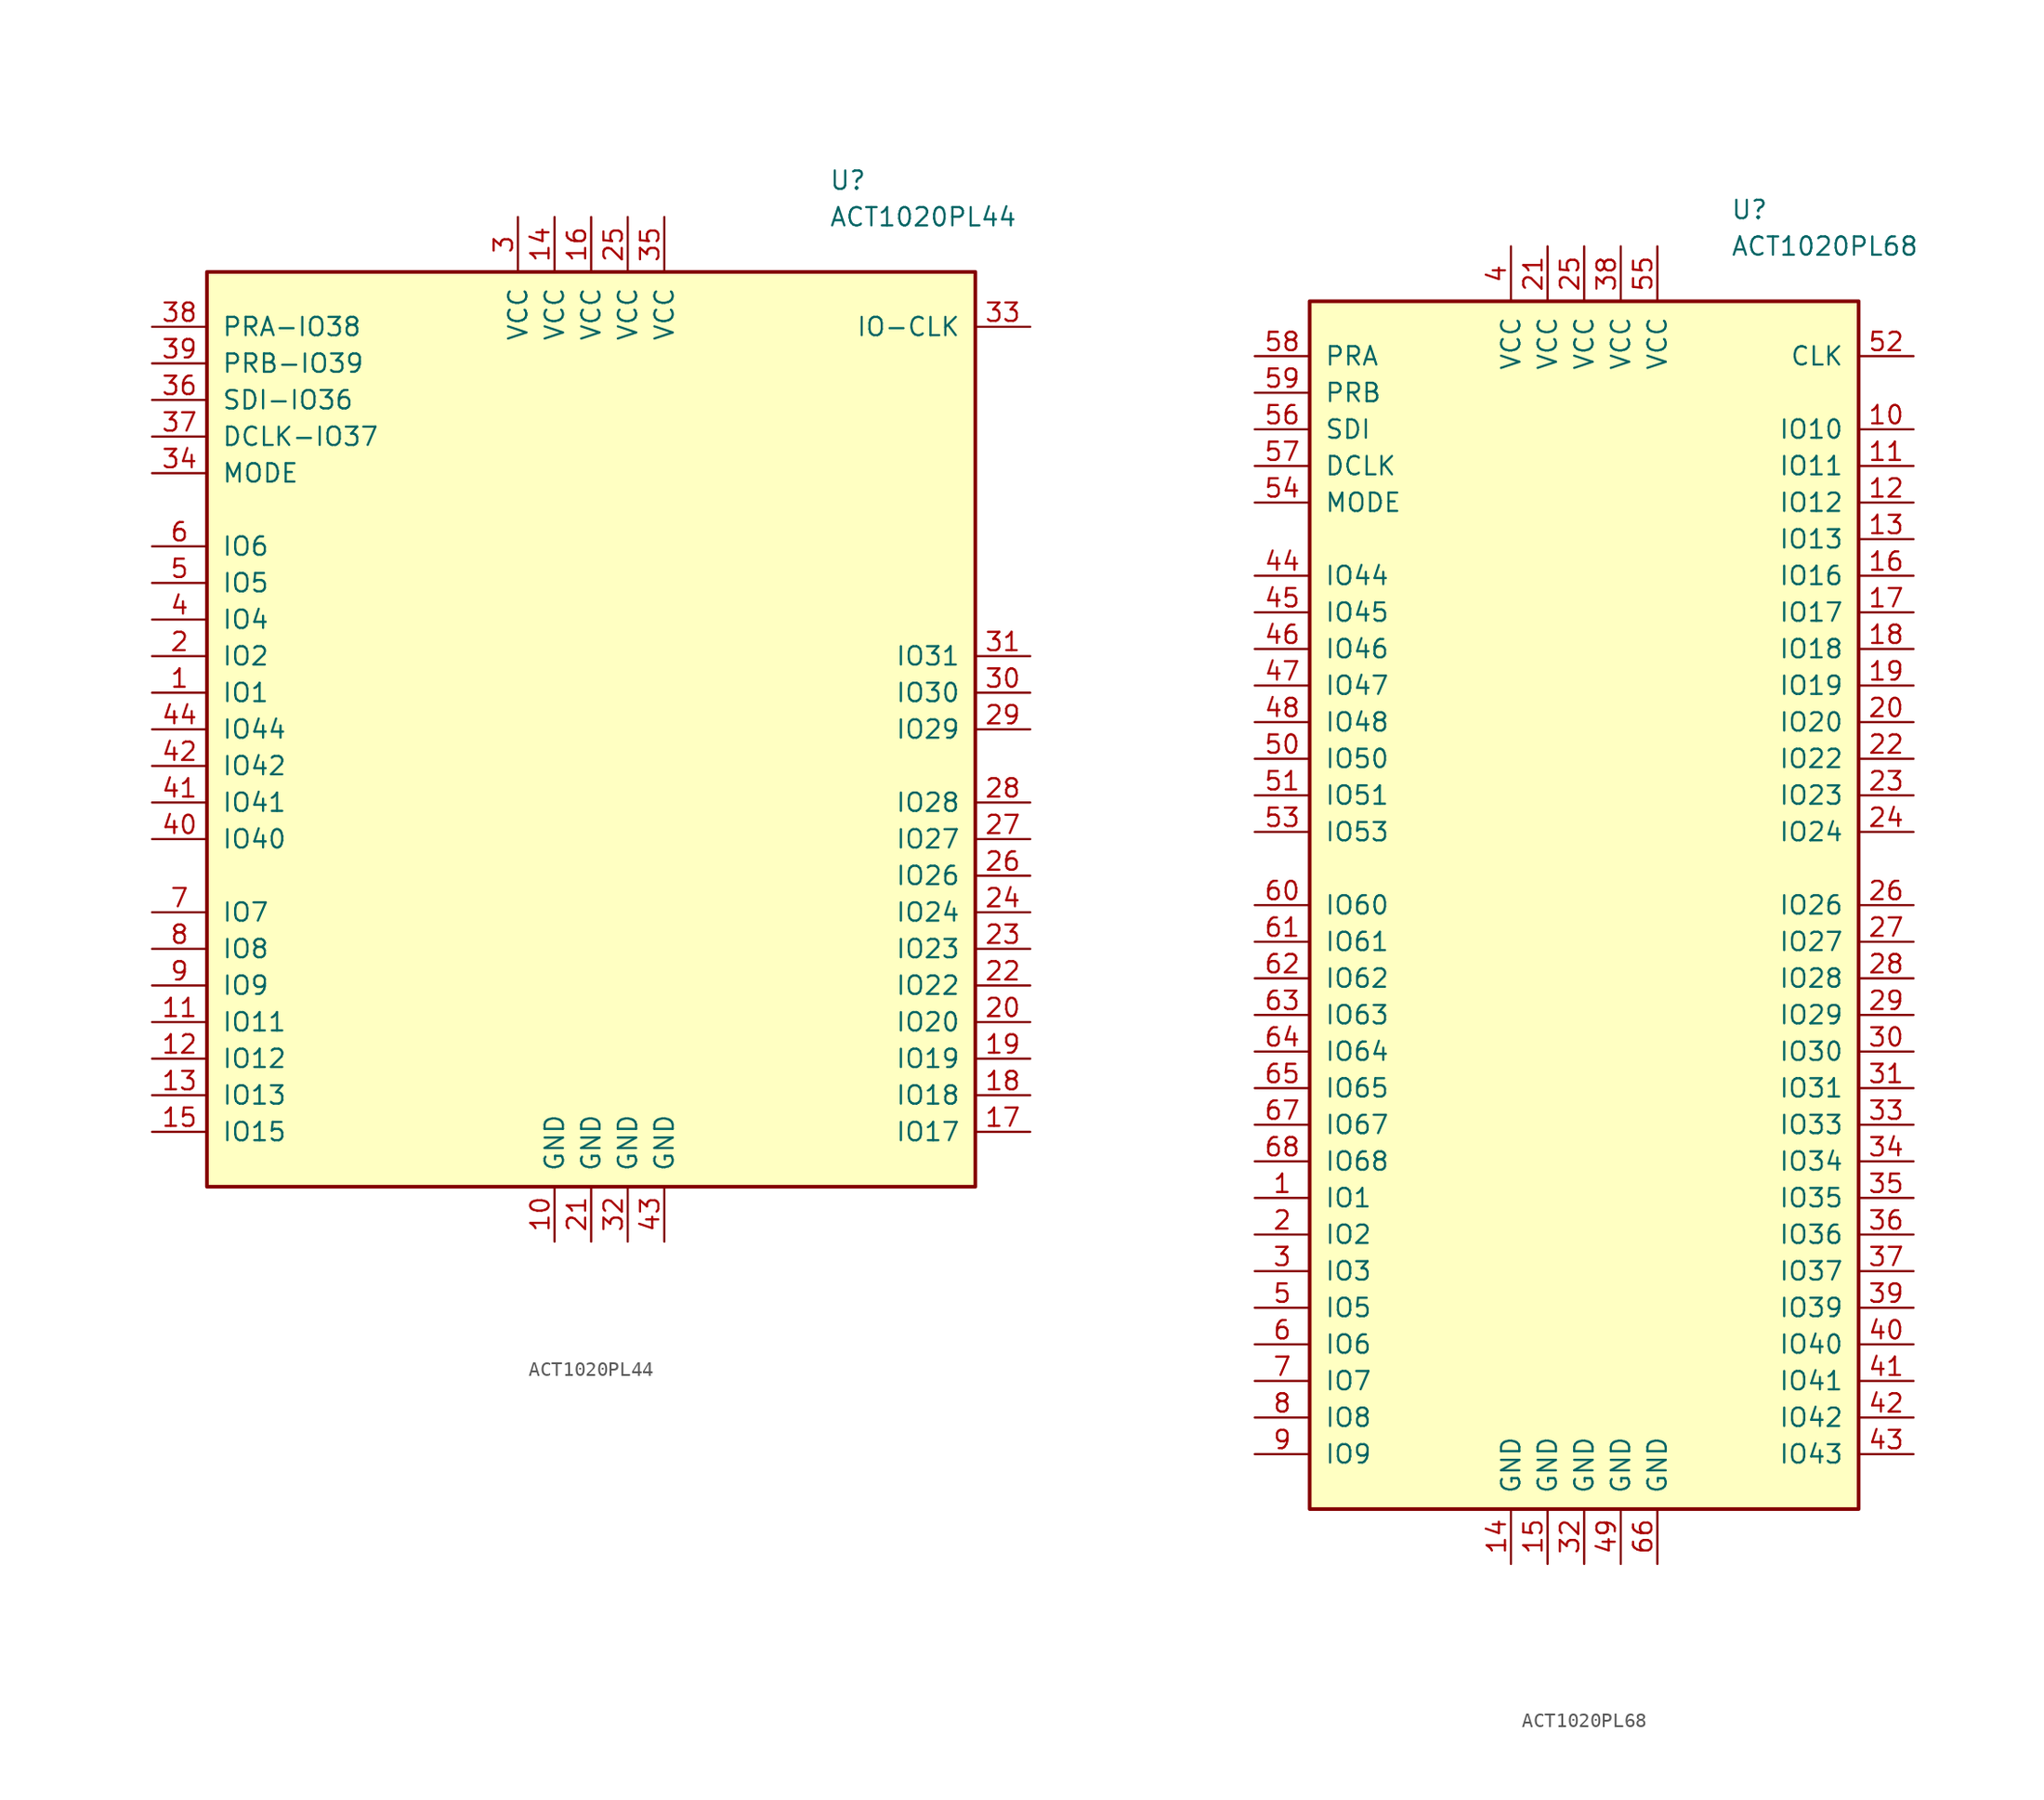
<source format=kicad_sym>
(kicad_symbol_lib
  (version 20201005)
  (generator kicad_symbol_editor)
  (symbol "FPGA_Microsemi:ACT1020PL44"
    (pin_names
      (offset 1.016))
    (property "Reference" "U"
      (at 16.51 38.1 0)
      (effects (font (size 1.27 1.27)) (justify left)))
    (property "Value" "ACT1020PL44"
      (at 16.51 35.56 0)
      (effects (font (size 1.27 1.27)) (justify left)))
    (symbol "ACT1020PL44_0_1"
      (rectangle (start -26.67 -31.75) (end 26.67 31.75) (stroke (width 0.254)) (fill (type background))))
    (symbol "ACT1020PL44_1_1"
      (pin input line (at -30.48 2.54 0) (length 3.81) (name "IO1" (effects (font (size 1.27 1.27)))) (number "1" (effects (font (size 1.27 1.27)))))
      (pin power_in line (at -2.54 -35.56 90) (length 3.81) (name "GND" (effects (font (size 1.27 1.27)))) (number "10" (effects (font (size 1.27 1.27)))))
      (pin input line (at -30.48 -20.32 0) (length 3.81) (name "IO11" (effects (font (size 1.27 1.27)))) (number "11" (effects (font (size 1.27 1.27)))))
      (pin input line (at -30.48 -22.86 0) (length 3.81) (name "IO12" (effects (font (size 1.27 1.27)))) (number "12" (effects (font (size 1.27 1.27)))))
      (pin input line (at -30.48 -25.4 0) (length 3.81) (name "IO13" (effects (font (size 1.27 1.27)))) (number "13" (effects (font (size 1.27 1.27)))))
      (pin power_in line (at -2.54 35.56 270) (length 3.81) (name "VCC" (effects (font (size 1.27 1.27)))) (number "14" (effects (font (size 1.27 1.27)))))
      (pin input line (at -30.48 -27.94 0) (length 3.81) (name "IO15" (effects (font (size 1.27 1.27)))) (number "15" (effects (font (size 1.27 1.27)))))
      (pin power_in line (at 0 35.56 270) (length 3.81) (name "VCC" (effects (font (size 1.27 1.27)))) (number "16" (effects (font (size 1.27 1.27)))))
      (pin input line (at 30.48 -27.94 180) (length 3.81) (name "IO17" (effects (font (size 1.27 1.27)))) (number "17" (effects (font (size 1.27 1.27)))))
      (pin input line (at 30.48 -25.4 180) (length 3.81) (name "IO18" (effects (font (size 1.27 1.27)))) (number "18" (effects (font (size 1.27 1.27)))))
      (pin input line (at 30.48 -22.86 180) (length 3.81) (name "IO19" (effects (font (size 1.27 1.27)))) (number "19" (effects (font (size 1.27 1.27)))))
      (pin input line (at -30.48 5.08 0) (length 3.81) (name "IO2" (effects (font (size 1.27 1.27)))) (number "2" (effects (font (size 1.27 1.27)))))
      (pin input line (at 30.48 -20.32 180) (length 3.81) (name "IO20" (effects (font (size 1.27 1.27)))) (number "20" (effects (font (size 1.27 1.27)))))
      (pin power_in line (at 0 -35.56 90) (length 3.81) (name "GND" (effects (font (size 1.27 1.27)))) (number "21" (effects (font (size 1.27 1.27)))))
      (pin input line (at 30.48 -17.78 180) (length 3.81) (name "IO22" (effects (font (size 1.27 1.27)))) (number "22" (effects (font (size 1.27 1.27)))))
      (pin input line (at 30.48 -15.24 180) (length 3.81) (name "IO23" (effects (font (size 1.27 1.27)))) (number "23" (effects (font (size 1.27 1.27)))))
      (pin input line (at 30.48 -12.7 180) (length 3.81) (name "IO24" (effects (font (size 1.27 1.27)))) (number "24" (effects (font (size 1.27 1.27)))))
      (pin power_in line (at 2.54 35.56 270) (length 3.81) (name "VCC" (effects (font (size 1.27 1.27)))) (number "25" (effects (font (size 1.27 1.27)))))
      (pin input line (at 30.48 -10.16 180) (length 3.81) (name "IO26" (effects (font (size 1.27 1.27)))) (number "26" (effects (font (size 1.27 1.27)))))
      (pin input line (at 30.48 -7.62 180) (length 3.81) (name "IO27" (effects (font (size 1.27 1.27)))) (number "27" (effects (font (size 1.27 1.27)))))
      (pin input line (at 30.48 -5.08 180) (length 3.81) (name "IO28" (effects (font (size 1.27 1.27)))) (number "28" (effects (font (size 1.27 1.27)))))
      (pin input line (at 30.48 0 180) (length 3.81) (name "IO29" (effects (font (size 1.27 1.27)))) (number "29" (effects (font (size 1.27 1.27)))))
      (pin power_in line (at -5.08 35.56 270) (length 3.81) (name "VCC" (effects (font (size 1.27 1.27)))) (number "3" (effects (font (size 1.27 1.27)))))
      (pin input line (at 30.48 2.54 180) (length 3.81) (name "IO30" (effects (font (size 1.27 1.27)))) (number "30" (effects (font (size 1.27 1.27)))))
      (pin input line (at 30.48 5.08 180) (length 3.81) (name "IO31" (effects (font (size 1.27 1.27)))) (number "31" (effects (font (size 1.27 1.27)))))
      (pin power_in line (at 2.54 -35.56 90) (length 3.81) (name "GND" (effects (font (size 1.27 1.27)))) (number "32" (effects (font (size 1.27 1.27)))))
      (pin input line (at 30.48 27.94 180) (length 3.81) (name "IO-CLK" (effects (font (size 1.27 1.27)))) (number "33" (effects (font (size 1.27 1.27)))))
      (pin input line (at -30.48 17.78 0) (length 3.81) (name "MODE" (effects (font (size 1.27 1.27)))) (number "34" (effects (font (size 1.27 1.27)))))
      (pin power_in line (at 5.08 35.56 270) (length 3.81) (name "VCC" (effects (font (size 1.27 1.27)))) (number "35" (effects (font (size 1.27 1.27)))))
      (pin input line (at -30.48 22.86 0) (length 3.81) (name "SDI-IO36" (effects (font (size 1.27 1.27)))) (number "36" (effects (font (size 1.27 1.27)))))
      (pin input line (at -30.48 20.32 0) (length 3.81) (name "DCLK-IO37" (effects (font (size 1.27 1.27)))) (number "37" (effects (font (size 1.27 1.27)))))
      (pin input line (at -30.48 27.94 0) (length 3.81) (name "PRA-IO38" (effects (font (size 1.27 1.27)))) (number "38" (effects (font (size 1.27 1.27)))))
      (pin input line (at -30.48 25.4 0) (length 3.81) (name "PRB-IO39" (effects (font (size 1.27 1.27)))) (number "39" (effects (font (size 1.27 1.27)))))
      (pin input line (at -30.48 7.62 0) (length 3.81) (name "IO4" (effects (font (size 1.27 1.27)))) (number "4" (effects (font (size 1.27 1.27)))))
      (pin input line (at -30.48 -7.62 0) (length 3.81) (name "IO40" (effects (font (size 1.27 1.27)))) (number "40" (effects (font (size 1.27 1.27)))))
      (pin input line (at -30.48 -5.08 0) (length 3.81) (name "IO41" (effects (font (size 1.27 1.27)))) (number "41" (effects (font (size 1.27 1.27)))))
      (pin input line (at -30.48 -2.54 0) (length 3.81) (name "IO42" (effects (font (size 1.27 1.27)))) (number "42" (effects (font (size 1.27 1.27)))))
      (pin power_in line (at 5.08 -35.56 90) (length 3.81) (name "GND" (effects (font (size 1.27 1.27)))) (number "43" (effects (font (size 1.27 1.27)))))
      (pin input line (at -30.48 0 0) (length 3.81) (name "IO44" (effects (font (size 1.27 1.27)))) (number "44" (effects (font (size 1.27 1.27)))))
      (pin input line (at -30.48 10.16 0) (length 3.81) (name "IO5" (effects (font (size 1.27 1.27)))) (number "5" (effects (font (size 1.27 1.27)))))
      (pin input line (at -30.48 12.7 0) (length 3.81) (name "IO6" (effects (font (size 1.27 1.27)))) (number "6" (effects (font (size 1.27 1.27)))))
      (pin input line (at -30.48 -12.7 0) (length 3.81) (name "IO7" (effects (font (size 1.27 1.27)))) (number "7" (effects (font (size 1.27 1.27)))))
      (pin input line (at -30.48 -15.24 0) (length 3.81) (name "IO8" (effects (font (size 1.27 1.27)))) (number "8" (effects (font (size 1.27 1.27)))))
      (pin input line (at -30.48 -17.78 0) (length 3.81) (name "IO9" (effects (font (size 1.27 1.27)))) (number "9" (effects (font (size 1.27 1.27)))))))
  (symbol "FPGA_Microsemi:ACT1020PL68"
    (pin_names
      (offset 1.016))
    (property "Reference" "U"
      (at 10.16 48.26 0)
      (effects (font (size 1.27 1.27)) (justify left)))
    (property "Value" "ACT1020PL68"
      (at 10.16 45.72 0)
      (effects (font (size 1.27 1.27)) (justify left)))
    (symbol "ACT1020PL68_0_1"
      (rectangle (start -19.05 -41.91) (end 19.05 41.91) (stroke (width 0.254)) (fill (type background))))
    (symbol "ACT1020PL68_1_1"
      (pin input line (at -22.86 -20.32 0) (length 3.81) (name "IO1" (effects (font (size 1.27 1.27)))) (number "1" (effects (font (size 1.27 1.27)))))
      (pin input line (at 22.86 33.02 180) (length 3.81) (name "IO10" (effects (font (size 1.27 1.27)))) (number "10" (effects (font (size 1.27 1.27)))))
      (pin input line (at 22.86 30.48 180) (length 3.81) (name "IO11" (effects (font (size 1.27 1.27)))) (number "11" (effects (font (size 1.27 1.27)))))
      (pin input line (at 22.86 27.94 180) (length 3.81) (name "IO12" (effects (font (size 1.27 1.27)))) (number "12" (effects (font (size 1.27 1.27)))))
      (pin input line (at 22.86 25.4 180) (length 3.81) (name "IO13" (effects (font (size 1.27 1.27)))) (number "13" (effects (font (size 1.27 1.27)))))
      (pin power_in line (at -5.08 -45.72 90) (length 3.81) (name "GND" (effects (font (size 1.27 1.27)))) (number "14" (effects (font (size 1.27 1.27)))))
      (pin power_in line (at -2.54 -45.72 90) (length 3.81) (name "GND" (effects (font (size 1.27 1.27)))) (number "15" (effects (font (size 1.27 1.27)))))
      (pin input line (at 22.86 22.86 180) (length 3.81) (name "IO16" (effects (font (size 1.27 1.27)))) (number "16" (effects (font (size 1.27 1.27)))))
      (pin input line (at 22.86 20.32 180) (length 3.81) (name "IO17" (effects (font (size 1.27 1.27)))) (number "17" (effects (font (size 1.27 1.27)))))
      (pin input line (at 22.86 17.78 180) (length 3.81) (name "IO18" (effects (font (size 1.27 1.27)))) (number "18" (effects (font (size 1.27 1.27)))))
      (pin input line (at 22.86 15.24 180) (length 3.81) (name "IO19" (effects (font (size 1.27 1.27)))) (number "19" (effects (font (size 1.27 1.27)))))
      (pin input line (at -22.86 -22.86 0) (length 3.81) (name "IO2" (effects (font (size 1.27 1.27)))) (number "2" (effects (font (size 1.27 1.27)))))
      (pin input line (at 22.86 12.7 180) (length 3.81) (name "IO20" (effects (font (size 1.27 1.27)))) (number "20" (effects (font (size 1.27 1.27)))))
      (pin power_in line (at -2.54 45.72 270) (length 3.81) (name "VCC" (effects (font (size 1.27 1.27)))) (number "21" (effects (font (size 1.27 1.27)))))
      (pin input line (at 22.86 10.16 180) (length 3.81) (name "IO22" (effects (font (size 1.27 1.27)))) (number "22" (effects (font (size 1.27 1.27)))))
      (pin input line (at 22.86 7.62 180) (length 3.81) (name "IO23" (effects (font (size 1.27 1.27)))) (number "23" (effects (font (size 1.27 1.27)))))
      (pin input line (at 22.86 5.08 180) (length 3.81) (name "IO24" (effects (font (size 1.27 1.27)))) (number "24" (effects (font (size 1.27 1.27)))))
      (pin power_in line (at 0 45.72 270) (length 3.81) (name "VCC" (effects (font (size 1.27 1.27)))) (number "25" (effects (font (size 1.27 1.27)))))
      (pin input line (at 22.86 0 180) (length 3.81) (name "IO26" (effects (font (size 1.27 1.27)))) (number "26" (effects (font (size 1.27 1.27)))))
      (pin input line (at 22.86 -2.54 180) (length 3.81) (name "IO27" (effects (font (size 1.27 1.27)))) (number "27" (effects (font (size 1.27 1.27)))))
      (pin input line (at 22.86 -5.08 180) (length 3.81) (name "IO28" (effects (font (size 1.27 1.27)))) (number "28" (effects (font (size 1.27 1.27)))))
      (pin input line (at 22.86 -7.62 180) (length 3.81) (name "IO29" (effects (font (size 1.27 1.27)))) (number "29" (effects (font (size 1.27 1.27)))))
      (pin input line (at -22.86 -25.4 0) (length 3.81) (name "IO3" (effects (font (size 1.27 1.27)))) (number "3" (effects (font (size 1.27 1.27)))))
      (pin input line (at 22.86 -10.16 180) (length 3.81) (name "IO30" (effects (font (size 1.27 1.27)))) (number "30" (effects (font (size 1.27 1.27)))))
      (pin input line (at 22.86 -12.7 180) (length 3.81) (name "IO31" (effects (font (size 1.27 1.27)))) (number "31" (effects (font (size 1.27 1.27)))))
      (pin power_in line (at 0 -45.72 90) (length 3.81) (name "GND" (effects (font (size 1.27 1.27)))) (number "32" (effects (font (size 1.27 1.27)))))
      (pin input line (at 22.86 -15.24 180) (length 3.81) (name "IO33" (effects (font (size 1.27 1.27)))) (number "33" (effects (font (size 1.27 1.27)))))
      (pin input line (at 22.86 -17.78 180) (length 3.81) (name "IO34" (effects (font (size 1.27 1.27)))) (number "34" (effects (font (size 1.27 1.27)))))
      (pin input line (at 22.86 -20.32 180) (length 3.81) (name "IO35" (effects (font (size 1.27 1.27)))) (number "35" (effects (font (size 1.27 1.27)))))
      (pin input line (at 22.86 -22.86 180) (length 3.81) (name "IO36" (effects (font (size 1.27 1.27)))) (number "36" (effects (font (size 1.27 1.27)))))
      (pin input line (at 22.86 -25.4 180) (length 3.81) (name "IO37" (effects (font (size 1.27 1.27)))) (number "37" (effects (font (size 1.27 1.27)))))
      (pin power_in line (at 2.54 45.72 270) (length 3.81) (name "VCC" (effects (font (size 1.27 1.27)))) (number "38" (effects (font (size 1.27 1.27)))))
      (pin input line (at 22.86 -27.94 180) (length 3.81) (name "IO39" (effects (font (size 1.27 1.27)))) (number "39" (effects (font (size 1.27 1.27)))))
      (pin power_in line (at -5.08 45.72 270) (length 3.81) (name "VCC" (effects (font (size 1.27 1.27)))) (number "4" (effects (font (size 1.27 1.27)))))
      (pin input line (at 22.86 -30.48 180) (length 3.81) (name "IO40" (effects (font (size 1.27 1.27)))) (number "40" (effects (font (size 1.27 1.27)))))
      (pin input line (at 22.86 -33.02 180) (length 3.81) (name "IO41" (effects (font (size 1.27 1.27)))) (number "41" (effects (font (size 1.27 1.27)))))
      (pin input line (at 22.86 -35.56 180) (length 3.81) (name "IO42" (effects (font (size 1.27 1.27)))) (number "42" (effects (font (size 1.27 1.27)))))
      (pin input line (at 22.86 -38.1 180) (length 3.81) (name "IO43" (effects (font (size 1.27 1.27)))) (number "43" (effects (font (size 1.27 1.27)))))
      (pin input line (at -22.86 22.86 0) (length 3.81) (name "IO44" (effects (font (size 1.27 1.27)))) (number "44" (effects (font (size 1.27 1.27)))))
      (pin input line (at -22.86 20.32 0) (length 3.81) (name "IO45" (effects (font (size 1.27 1.27)))) (number "45" (effects (font (size 1.27 1.27)))))
      (pin input line (at -22.86 17.78 0) (length 3.81) (name "IO46" (effects (font (size 1.27 1.27)))) (number "46" (effects (font (size 1.27 1.27)))))
      (pin input line (at -22.86 15.24 0) (length 3.81) (name "IO47" (effects (font (size 1.27 1.27)))) (number "47" (effects (font (size 1.27 1.27)))))
      (pin input line (at -22.86 12.7 0) (length 3.81) (name "IO48" (effects (font (size 1.27 1.27)))) (number "48" (effects (font (size 1.27 1.27)))))
      (pin power_in line (at 2.54 -45.72 90) (length 3.81) (name "GND" (effects (font (size 1.27 1.27)))) (number "49" (effects (font (size 1.27 1.27)))))
      (pin input line (at -22.86 -27.94 0) (length 3.81) (name "IO5" (effects (font (size 1.27 1.27)))) (number "5" (effects (font (size 1.27 1.27)))))
      (pin input line (at -22.86 10.16 0) (length 3.81) (name "IO50" (effects (font (size 1.27 1.27)))) (number "50" (effects (font (size 1.27 1.27)))))
      (pin input line (at -22.86 7.62 0) (length 3.81) (name "IO51" (effects (font (size 1.27 1.27)))) (number "51" (effects (font (size 1.27 1.27)))))
      (pin input line (at 22.86 38.1 180) (length 3.81) (name "CLK" (effects (font (size 1.27 1.27)))) (number "52" (effects (font (size 1.27 1.27)))))
      (pin input line (at -22.86 5.08 0) (length 3.81) (name "IO53" (effects (font (size 1.27 1.27)))) (number "53" (effects (font (size 1.27 1.27)))))
      (pin input line (at -22.86 27.94 0) (length 3.81) (name "MODE" (effects (font (size 1.27 1.27)))) (number "54" (effects (font (size 1.27 1.27)))))
      (pin power_in line (at 5.08 45.72 270) (length 3.81) (name "VCC" (effects (font (size 1.27 1.27)))) (number "55" (effects (font (size 1.27 1.27)))))
      (pin input line (at -22.86 33.02 0) (length 3.81) (name "SDI" (effects (font (size 1.27 1.27)))) (number "56" (effects (font (size 1.27 1.27)))))
      (pin input line (at -22.86 30.48 0) (length 3.81) (name "DCLK" (effects (font (size 1.27 1.27)))) (number "57" (effects (font (size 1.27 1.27)))))
      (pin input line (at -22.86 38.1 0) (length 3.81) (name "PRA" (effects (font (size 1.27 1.27)))) (number "58" (effects (font (size 1.27 1.27)))))
      (pin input line (at -22.86 35.56 0) (length 3.81) (name "PRB" (effects (font (size 1.27 1.27)))) (number "59" (effects (font (size 1.27 1.27)))))
      (pin input line (at -22.86 -30.48 0) (length 3.81) (name "IO6" (effects (font (size 1.27 1.27)))) (number "6" (effects (font (size 1.27 1.27)))))
      (pin input line (at -22.86 0 0) (length 3.81) (name "IO60" (effects (font (size 1.27 1.27)))) (number "60" (effects (font (size 1.27 1.27)))))
      (pin input line (at -22.86 -2.54 0) (length 3.81) (name "IO61" (effects (font (size 1.27 1.27)))) (number "61" (effects (font (size 1.27 1.27)))))
      (pin input line (at -22.86 -5.08 0) (length 3.81) (name "IO62" (effects (font (size 1.27 1.27)))) (number "62" (effects (font (size 1.27 1.27)))))
      (pin input line (at -22.86 -7.62 0) (length 3.81) (name "IO63" (effects (font (size 1.27 1.27)))) (number "63" (effects (font (size 1.27 1.27)))))
      (pin input line (at -22.86 -10.16 0) (length 3.81) (name "IO64" (effects (font (size 1.27 1.27)))) (number "64" (effects (font (size 1.27 1.27)))))
      (pin input line (at -22.86 -12.7 0) (length 3.81) (name "IO65" (effects (font (size 1.27 1.27)))) (number "65" (effects (font (size 1.27 1.27)))))
      (pin power_in line (at 5.08 -45.72 90) (length 3.81) (name "GND" (effects (font (size 1.27 1.27)))) (number "66" (effects (font (size 1.27 1.27)))))
      (pin input line (at -22.86 -15.24 0) (length 3.81) (name "IO67" (effects (font (size 1.27 1.27)))) (number "67" (effects (font (size 1.27 1.27)))))
      (pin input line (at -22.86 -17.78 0) (length 3.81) (name "IO68" (effects (font (size 1.27 1.27)))) (number "68" (effects (font (size 1.27 1.27)))))
      (pin input line (at -22.86 -33.02 0) (length 3.81) (name "IO7" (effects (font (size 1.27 1.27)))) (number "7" (effects (font (size 1.27 1.27)))))
      (pin input line (at -22.86 -35.56 0) (length 3.81) (name "IO8" (effects (font (size 1.27 1.27)))) (number "8" (effects (font (size 1.27 1.27)))))
      (pin input line (at -22.86 -38.1 0) (length 3.81) (name "IO9" (effects (font (size 1.27 1.27)))) (number "9" (effects (font (size 1.27 1.27))))))))
</source>
